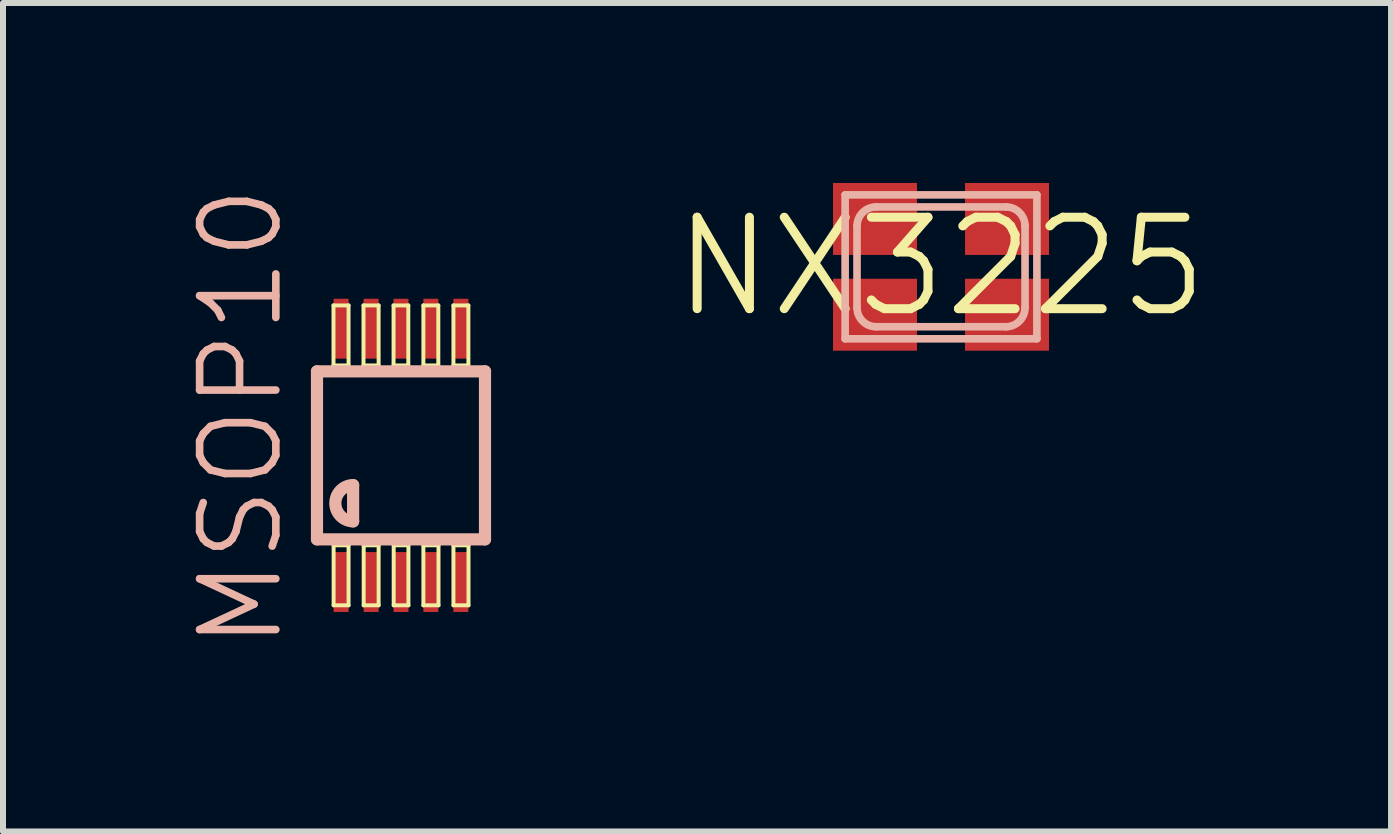
<source format=kicad_pcb>
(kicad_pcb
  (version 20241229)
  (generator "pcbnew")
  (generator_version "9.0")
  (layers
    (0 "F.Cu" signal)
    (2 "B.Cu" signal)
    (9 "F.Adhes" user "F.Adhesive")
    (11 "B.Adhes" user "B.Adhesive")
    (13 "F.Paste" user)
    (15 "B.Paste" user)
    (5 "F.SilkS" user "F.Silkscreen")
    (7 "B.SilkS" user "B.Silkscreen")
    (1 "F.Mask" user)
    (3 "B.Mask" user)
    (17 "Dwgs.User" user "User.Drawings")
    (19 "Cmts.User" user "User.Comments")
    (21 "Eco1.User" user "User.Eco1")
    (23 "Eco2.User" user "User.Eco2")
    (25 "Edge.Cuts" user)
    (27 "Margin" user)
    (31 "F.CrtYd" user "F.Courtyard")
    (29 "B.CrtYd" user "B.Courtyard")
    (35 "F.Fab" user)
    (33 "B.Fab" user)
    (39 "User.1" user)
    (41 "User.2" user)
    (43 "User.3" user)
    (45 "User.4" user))
  (footprint "NX3225"
    (layer "F.Cu")
    (at 12.633 1.397)
    (property "Reference" "NX3225" (at 0 0 0) (layer "F.SilkS") (effects (font (size 1.524 1.524) (thickness 0.15))))
    (attr smd)
    (fp_line (start -1.598 -1.199) (end -1.598 1.199) (stroke (width 0.127) (type solid)) (layer "B.SilkS"))
    (fp_line (start -1.598 1.199) (end 1.598 1.199) (stroke (width 0.127) (type solid)) (layer "B.SilkS"))
    (fp_line (start -1.4 0.681) (end -1.4 -0.681) (stroke (width 0.127) (type solid)) (layer "B.SilkS"))
    (fp_line (start -1.082 -0.998) (end 1.082 -0.998) (stroke (width 0.127) (type solid)) (layer "B.SilkS"))
    (fp_line (start 1.082 0.998) (end -1.082 0.998) (stroke (width 0.127) (type solid)) (layer "B.SilkS"))
    (fp_line (start 1.4 -0.681) (end 1.4 0.681) (stroke (width 0.127) (type solid)) (layer "B.SilkS"))
    (fp_line (start 1.598 -1.199) (end -1.598 -1.199) (stroke (width 0.127) (type solid)) (layer "B.SilkS"))
    (fp_line (start 1.598 1.199) (end 1.598 -1.199) (stroke (width 0.127) (type solid)) (layer "B.SilkS"))
    (fp_arc (start -1.39954 -0.68072) (mid -1.306546 -0.905226) (end -1.08204 -0.99822) (stroke (width 0.127) (type solid)) (layer "B.SilkS"))
    (fp_arc (start -1.08204 0.99822) (mid -1.306546 0.905226) (end -1.39954 0.68072) (stroke (width 0.127) (type solid)) (layer "B.SilkS"))
    (fp_arc (start 1.08204 -0.99822) (mid 1.306546 -0.905226) (end 1.39954 -0.68072) (stroke (width 0.127) (type solid)) (layer "B.SilkS"))
    (fp_arc (start 1.39954 0.68072) (mid 1.306546 0.905226) (end 1.08204 0.99822) (stroke (width 0.127) (type solid)) (layer "B.SilkS"))
    (pad "1" smd rect (at -1.1 0.798 90) (size 1.199 1.4) (layers "F.Cu" "F.Mask" "F.Paste"))
    (pad "2" smd rect (at 1.1 0.798 90) (size 1.199 1.4) (layers "F.Cu" "F.Mask" "F.Paste"))
    (pad "3" smd rect (at 1.1 -0.798 90) (size 1.199 1.4) (layers "F.Cu" "F.Mask" "F.Paste"))
    (pad "4" smd rect (at -1.1 -0.798 90) (size 1.199 1.4) (layers "F.Cu" "F.Mask" "F.Paste")))
  (footprint "MSOP10"
    (layer "F.Cu")
    (at 3.633 4.539)
    (property "Reference" "MSOP10" (at -2.667 -0.635 90) (layer "B.SilkS") (effects (font (size 1.27 1.27) (thickness 0.127))))
    (attr smd)
    (fp_line (start -1.125 -2.499) (end -0.874 -2.499) (stroke (width 0.066) (type solid)) (layer "F.SilkS"))
    (fp_line (start -1.125 -1.499) (end -1.125 -2.499) (stroke (width 0.066) (type solid)) (layer "F.SilkS"))
    (fp_line (start -1.125 -1.499) (end -0.874 -1.499) (stroke (width 0.066) (type solid)) (layer "F.SilkS"))
    (fp_line (start -1.123 1.499) (end -0.874 1.499) (stroke (width 0.066) (type solid)) (layer "F.SilkS"))
    (fp_line (start -1.123 2.499) (end -1.123 1.499) (stroke (width 0.066) (type solid)) (layer "F.SilkS"))
    (fp_line (start -1.123 2.499) (end -0.874 2.499) (stroke (width 0.066) (type solid)) (layer "F.SilkS"))
    (fp_line (start -0.874 -1.499) (end -0.874 -2.499) (stroke (width 0.066) (type solid)) (layer "F.SilkS"))
    (fp_line (start -0.874 2.499) (end -0.874 1.499) (stroke (width 0.066) (type solid)) (layer "F.SilkS"))
    (fp_line (start -0.625 -2.499) (end -0.373 -2.499) (stroke (width 0.066) (type solid)) (layer "F.SilkS"))
    (fp_line (start -0.625 -1.499) (end -0.625 -2.499) (stroke (width 0.066) (type solid)) (layer "F.SilkS"))
    (fp_line (start -0.625 -1.499) (end -0.373 -1.499) (stroke (width 0.066) (type solid)) (layer "F.SilkS"))
    (fp_line (start -0.622 1.499) (end -0.373 1.499) (stroke (width 0.066) (type solid)) (layer "F.SilkS"))
    (fp_line (start -0.622 2.499) (end -0.622 1.499) (stroke (width 0.066) (type solid)) (layer "F.SilkS"))
    (fp_line (start -0.622 2.499) (end -0.373 2.499) (stroke (width 0.066) (type solid)) (layer "F.SilkS"))
    (fp_line (start -0.373 -1.499) (end -0.373 -2.499) (stroke (width 0.066) (type solid)) (layer "F.SilkS"))
    (fp_line (start -0.373 2.499) (end -0.373 1.499) (stroke (width 0.066) (type solid)) (layer "F.SilkS"))
    (fp_line (start -0.124 -2.499) (end 0.122 -2.499) (stroke (width 0.066) (type solid)) (layer "F.SilkS"))
    (fp_line (start -0.124 -1.499) (end -0.124 -2.499) (stroke (width 0.066) (type solid)) (layer "F.SilkS"))
    (fp_line (start -0.124 -1.499) (end 0.122 -1.499) (stroke (width 0.066) (type solid)) (layer "F.SilkS"))
    (fp_line (start -0.122 1.499) (end 0.124 1.499) (stroke (width 0.066) (type solid)) (layer "F.SilkS"))
    (fp_line (start -0.122 2.499) (end -0.122 1.499) (stroke (width 0.066) (type solid)) (layer "F.SilkS"))
    (fp_line (start -0.122 2.499) (end 0.124 2.499) (stroke (width 0.066) (type solid)) (layer "F.SilkS"))
    (fp_line (start 0.122 -1.499) (end 0.122 -2.499) (stroke (width 0.066) (type solid)) (layer "F.SilkS"))
    (fp_line (start 0.124 2.499) (end 0.124 1.499) (stroke (width 0.066) (type solid)) (layer "F.SilkS"))
    (fp_line (start 0.373 -2.499) (end 0.622 -2.499) (stroke (width 0.066) (type solid)) (layer "F.SilkS"))
    (fp_line (start 0.373 -1.499) (end 0.373 -2.499) (stroke (width 0.066) (type solid)) (layer "F.SilkS"))
    (fp_line (start 0.373 -1.499) (end 0.622 -1.499) (stroke (width 0.066) (type solid)) (layer "F.SilkS"))
    (fp_line (start 0.373 1.499) (end 0.625 1.499) (stroke (width 0.066) (type solid)) (layer "F.SilkS"))
    (fp_line (start 0.373 2.499) (end 0.373 1.499) (stroke (width 0.066) (type solid)) (layer "F.SilkS"))
    (fp_line (start 0.373 2.499) (end 0.625 2.499) (stroke (width 0.066) (type solid)) (layer "F.SilkS"))
    (fp_line (start 0.622 -1.499) (end 0.622 -2.499) (stroke (width 0.066) (type solid)) (layer "F.SilkS"))
    (fp_line (start 0.625 2.499) (end 0.625 1.499) (stroke (width 0.066) (type solid)) (layer "F.SilkS"))
    (fp_line (start 0.874 -2.499) (end 1.123 -2.499) (stroke (width 0.066) (type solid)) (layer "F.SilkS"))
    (fp_line (start 0.874 -1.499) (end 0.874 -2.499) (stroke (width 0.066) (type solid)) (layer "F.SilkS"))
    (fp_line (start 0.874 -1.499) (end 1.123 -1.499) (stroke (width 0.066) (type solid)) (layer "F.SilkS"))
    (fp_line (start 0.874 1.499) (end 1.125 1.499) (stroke (width 0.066) (type solid)) (layer "F.SilkS"))
    (fp_line (start 0.874 2.499) (end 0.874 1.499) (stroke (width 0.066) (type solid)) (layer "F.SilkS"))
    (fp_line (start 0.874 2.499) (end 1.125 2.499) (stroke (width 0.066) (type solid)) (layer "F.SilkS"))
    (fp_line (start 1.123 -1.499) (end 1.123 -2.499) (stroke (width 0.066) (type solid)) (layer "F.SilkS"))
    (fp_line (start 1.125 2.499) (end 1.125 1.499) (stroke (width 0.066) (type solid)) (layer "F.SilkS"))
    (fp_line (start -1.4 -1.4) (end 1.4 -1.4) (stroke (width 0.203) (type solid)) (layer "B.SilkS"))
    (fp_line (start -1.4 1.4) (end -1.4 -1.4) (stroke (width 0.203) (type solid)) (layer "B.SilkS"))
    (fp_line (start -0.798 0.498) (end -0.798 1.1) (stroke (width 0.203) (type solid)) (layer "B.SilkS"))
    (fp_line (start 1.4 -1.4) (end 1.4 1.4) (stroke (width 0.203) (type solid)) (layer "B.SilkS"))
    (fp_line (start 1.4 1.4) (end -1.4 1.4) (stroke (width 0.203) (type solid)) (layer "B.SilkS"))
    (fp_arc (start -0.79756 1.09982) (mid -1.09982 0.79756) (end -0.79756 0.4953) (stroke (width 0.2032) (type solid)) (layer "B.SilkS"))
    (pad "1" smd rect (at -0.998 2.111) (size 0.249 0.998) (layers "F.Cu" "F.Mask" "F.Paste"))
    (pad "2" smd rect (at -0.498 2.111) (size 0.249 0.998) (layers "F.Cu" "F.Mask" "F.Paste"))
    (pad "3" smd rect (at 0 2.111) (size 0.249 0.998) (layers "F.Cu" "F.Mask" "F.Paste"))
    (pad "4" smd rect (at 0.498 2.111) (size 0.249 0.998) (layers "F.Cu" "F.Mask" "F.Paste"))
    (pad "5" smd rect (at 0.998 2.111) (size 0.249 0.998) (layers "F.Cu" "F.Mask" "F.Paste"))
    (pad "6" smd rect (at 0.998 -2.111 180) (size 0.249 0.998) (layers "F.Cu" "F.Mask" "F.Paste"))
    (pad "7" smd rect (at 0.498 -2.111 180) (size 0.249 0.998) (layers "F.Cu" "F.Mask" "F.Paste"))
    (pad "8" smd rect (at 0 -2.111 180) (size 0.249 0.998) (layers "F.Cu" "F.Mask" "F.Paste"))
    (pad "9" smd rect (at -0.498 -2.111 180) (size 0.249 0.998) (layers "F.Cu" "F.Mask" "F.Paste"))
    (pad "10" smd rect (at -0.998 -2.111 180) (size 0.249 0.998) (layers "F.Cu" "F.Mask" "F.Paste")))
  (gr_rect
    (start -3 -3)
    (end 20.133 10.807)
    (stroke (width 0.1) (type default))
    (fill no)
    (layer "Edge.Cuts")))
</source>
